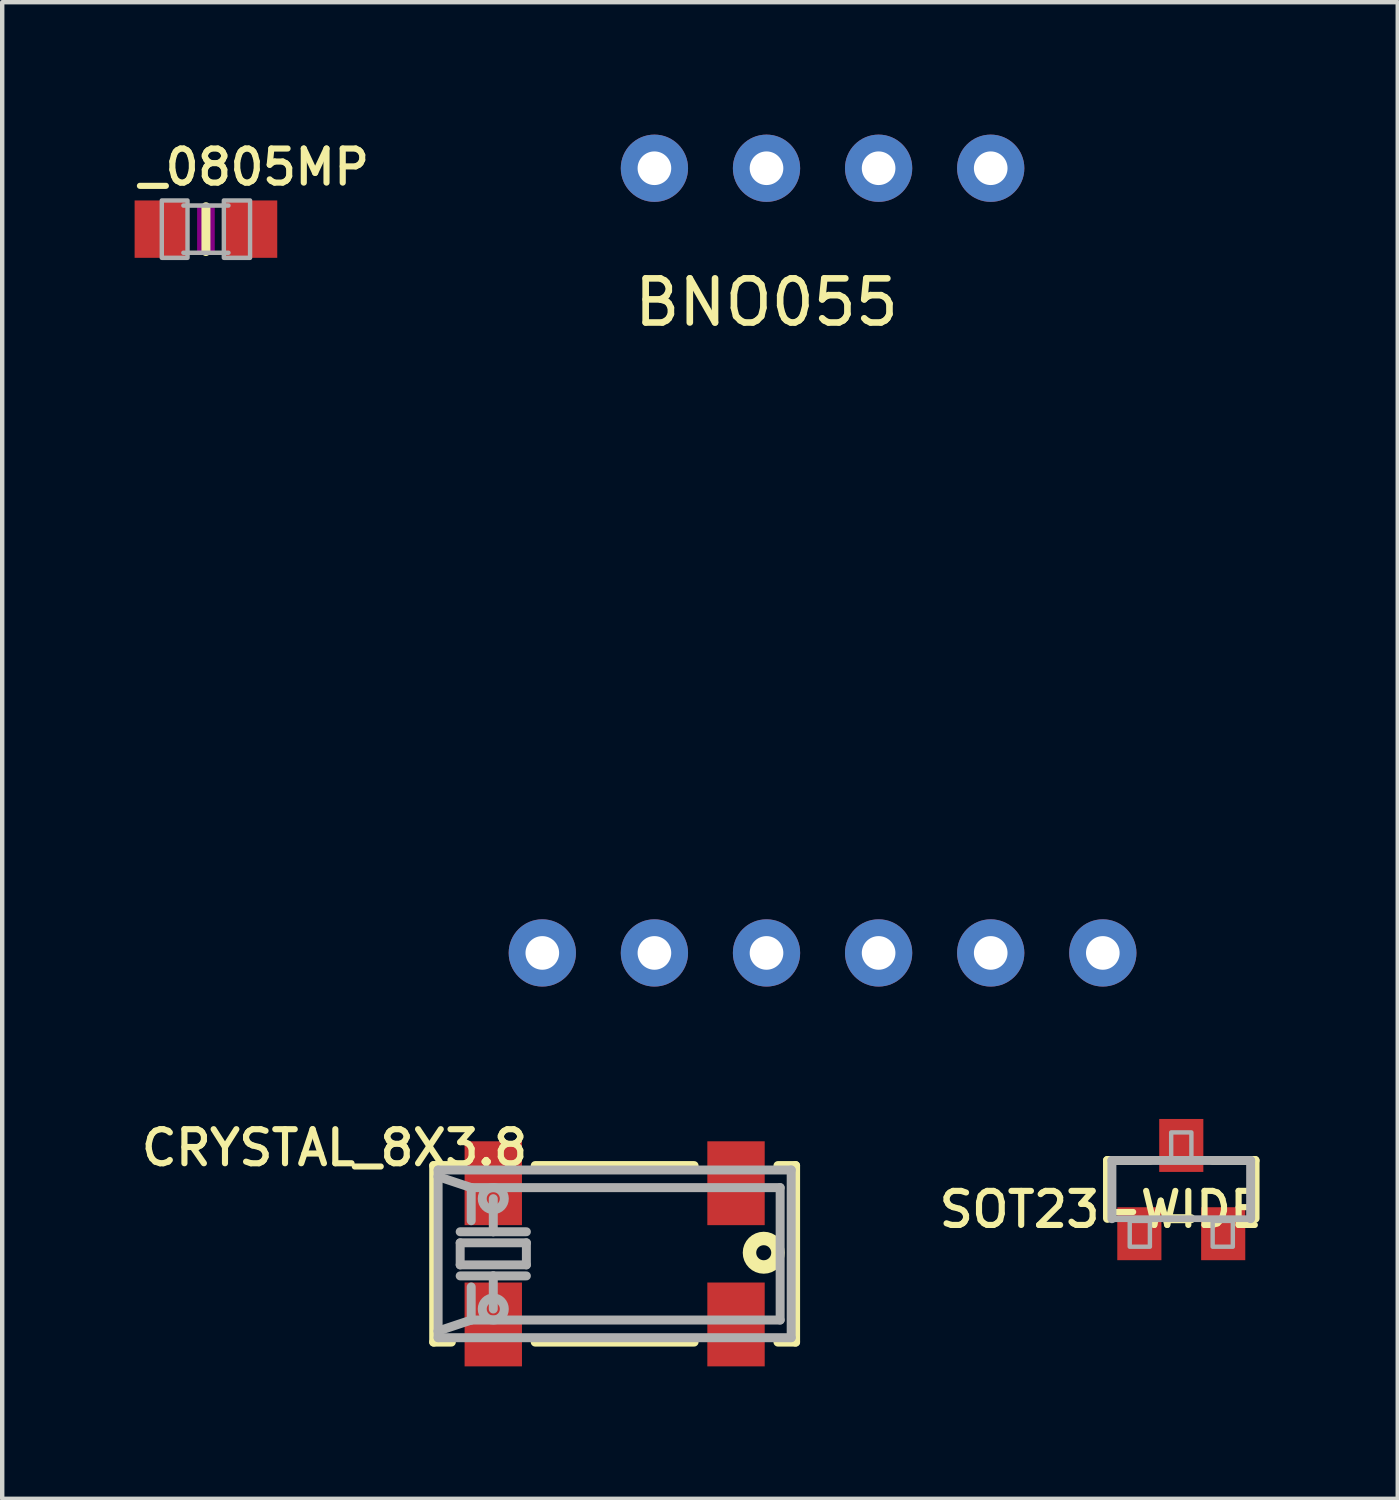
<source format=kicad_pcb>
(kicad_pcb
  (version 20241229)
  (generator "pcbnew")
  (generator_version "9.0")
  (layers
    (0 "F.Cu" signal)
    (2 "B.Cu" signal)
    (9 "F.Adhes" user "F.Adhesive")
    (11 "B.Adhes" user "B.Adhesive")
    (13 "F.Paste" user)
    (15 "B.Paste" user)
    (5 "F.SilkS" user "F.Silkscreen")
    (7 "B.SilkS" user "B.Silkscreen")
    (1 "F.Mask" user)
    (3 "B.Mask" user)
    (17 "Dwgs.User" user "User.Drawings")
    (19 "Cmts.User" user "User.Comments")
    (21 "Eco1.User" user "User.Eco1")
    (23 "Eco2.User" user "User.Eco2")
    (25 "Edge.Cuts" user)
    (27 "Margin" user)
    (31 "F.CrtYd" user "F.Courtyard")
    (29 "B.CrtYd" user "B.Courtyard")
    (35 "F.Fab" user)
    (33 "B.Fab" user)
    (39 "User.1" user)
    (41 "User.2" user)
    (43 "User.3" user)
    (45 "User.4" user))
  (footprint "_0805MP"
    (layer "F.Cu")
    (at 1.616 2.142)
    (property "Reference" "_0805MP" (at -1.587 -0.953 0) (layer "F.SilkS") (effects (font (size 0.772 0.772) (thickness 0.139)) (justify left bottom)))
    (attr through_hole)
    (fp_line (start 0 -0.508) (end 0 0.508) (stroke (width 0.203) (type solid)) (layer "F.SilkS"))
    (fp_poly (pts (xy -0.2 0.5) (xy 0.2 0.5) (xy 0.2 -0.5) (xy -0.2 -0.5)) (stroke (width 0) (type solid)) (fill yes) (layer "F.Adhes"))
    (fp_line (start -0.51 -0.535) (end 0.51 -0.535) (stroke (width 0.102) (type solid)) (layer "F.Fab"))
    (fp_line (start -0.51 0.535) (end 0.51 0.535) (stroke (width 0.102) (type solid)) (layer "F.Fab"))
    (fp_poly (pts (xy -1 0.65) (xy -0.417 0.65) (xy -0.417 -0.65) (xy -1 -0.65)) (stroke (width 0.1) (type solid)) (fill no) (layer "F.Fab"))
    (fp_poly (pts (xy 0.406 0.65) (xy 1 0.65) (xy 1 -0.65) (xy 0.406 -0.65)) (stroke (width 0.1) (type solid)) (fill no) (layer "F.Fab"))
    (pad "1" smd rect (at -1.016 0) (size 1.2 1.3) (layers "F.Cu" "F.Mask" "F.Paste"))
    (pad "2" smd rect (at 1.016 0) (size 1.2 1.3) (layers "F.Cu" "F.Mask" "F.Paste")))
  (footprint "SOT23-WIDE"
    (layer "F.Cu")
    (at 23.716 23.904)
    (property "Reference" "SOT23-WIDE" (at 1.905 0 180) (layer "F.SilkS") (effects (font (size 0.772 0.772) (thickness 0.139)) (justify right top)))
    (attr through_hole)
    (fp_line (start -1.672 -0.66) (end -0.714 -0.66) (stroke (width 0.203) (type solid)) (layer "F.SilkS"))
    (fp_line (start -1.672 0.652) (end -1.672 -0.66) (stroke (width 0.203) (type solid)) (layer "F.SilkS"))
    (fp_line (start 0.222 0.66) (end -0.236 0.66) (stroke (width 0.203) (type solid)) (layer "F.SilkS"))
    (fp_line (start 0.714 -0.66) (end 1.672 -0.66) (stroke (width 0.203) (type solid)) (layer "F.SilkS"))
    (fp_line (start 1.672 -0.66) (end 1.672 0.652) (stroke (width 0.203) (type solid)) (layer "F.SilkS"))
    (fp_line (start -1.572 -0.66) (end 1.572 -0.66) (stroke (width 0.203) (type solid)) (layer "F.Fab"))
    (fp_line (start -1.572 0.66) (end -1.572 -0.66) (stroke (width 0.203) (type solid)) (layer "F.Fab"))
    (fp_line (start 1.572 -0.66) (end 1.572 0.66) (stroke (width 0.203) (type solid)) (layer "F.Fab"))
    (fp_line (start 1.572 0.66) (end -1.572 0.66) (stroke (width 0.152) (type solid)) (layer "F.Fab"))
    (fp_poly (pts (xy -1.168 1.295) (xy -0.711 1.295) (xy -0.711 0.711) (xy -1.168 0.711)) (stroke (width 0.1) (type solid)) (fill no) (layer "F.Fab"))
    (fp_poly (pts (xy -0.229 -0.711) (xy 0.229 -0.711) (xy 0.229 -1.295) (xy -0.229 -1.295)) (stroke (width 0.1) (type solid)) (fill no) (layer "F.Fab"))
    (fp_poly (pts (xy 0.711 1.295) (xy 1.168 1.295) (xy 1.168 0.711) (xy 0.711 0.711)) (stroke (width 0.1) (type solid)) (fill no) (layer "F.Fab"))
    (pad "1" smd rect (at -0.95 1) (size 1 1.2) (layers "F.Cu" "F.Mask" "F.Paste"))
    (pad "2" smd rect (at 0.95 1) (size 1 1.2) (layers "F.Cu" "F.Mask" "F.Paste"))
    (pad "3" smd rect (at 0 -1) (size 1 1.2) (layers "F.Cu" "F.Mask" "F.Paste")))
  (footprint "BNO055"
    (layer "F.Cu")
    (at 14.318 3.302)
    (property "Reference" "BNO055" (at 0 0.5 0) (layer "F.SilkS") (effects (font (size 1 1) (thickness 0.15))))
    (attr through_hole)
    (pad "1" thru_hole circle (at 7.62 15.24) (size 1.524 1.524) (drill 0.762) (layers "*.Cu" "*.Mask"))
    (pad "2" thru_hole circle (at 5.08 15.24) (size 1.524 1.524) (drill 0.762) (layers "*.Cu" "*.Mask"))
    (pad "3" thru_hole circle (at 2.54 15.24) (size 1.524 1.524) (drill 0.762) (layers "*.Cu" "*.Mask"))
    (pad "4" thru_hole circle (at 0 15.24) (size 1.524 1.524) (drill 0.762) (layers "*.Cu" "*.Mask"))
    (pad "5" thru_hole circle (at -2.54 15.24) (size 1.524 1.524) (drill 0.762) (layers "*.Cu" "*.Mask"))
    (pad "6" thru_hole circle (at -5.08 15.24) (size 1.524 1.524) (drill 0.762) (layers "*.Cu" "*.Mask"))
    (pad "7" thru_hole circle (at -2.54 -2.54) (size 1.524 1.524) (drill 0.762) (layers "*.Cu" "*.Mask"))
    (pad "8" thru_hole circle (at 0 -2.54) (size 1.524 1.524) (drill 0.762) (layers "*.Cu" "*.Mask"))
    (pad "9" thru_hole circle (at 2.54 -2.54) (size 1.524 1.524) (drill 0.762) (layers "*.Cu" "*.Mask"))
    (pad "10" thru_hole circle (at 5.08 -2.54) (size 1.524 1.524) (drill 0.762) (layers "*.Cu" "*.Mask")))
  (footprint "CRYSTAL_8X3.8"
    (layer "F.Cu")
    (at 10.877 25.36)
    (property "Reference" "CRYSTAL_8X3.8" (at -1.9 -2.854 180) (layer "F.SilkS") (effects (font (size 0.772 0.772) (thickness 0.139)) (justify right top)))
    (attr through_hole)
    (fp_line (start -4.1 -2) (end -4.1 2) (stroke (width 0.203) (type solid)) (layer "F.SilkS"))
    (fp_line (start -4.1 2) (end -3.7 2) (stroke (width 0.203) (type solid)) (layer "F.SilkS"))
    (fp_line (start -3.7 -2) (end -4.1 -2) (stroke (width 0.203) (type solid)) (layer "F.SilkS"))
    (fp_line (start -1.8 -2) (end 1.8 -2) (stroke (width 0.203) (type solid)) (layer "F.SilkS"))
    (fp_line (start -1.8 2) (end 1.8 2) (stroke (width 0.203) (type solid)) (layer "F.SilkS"))
    (fp_line (start 3.7 -2) (end 4.1 -2) (stroke (width 0.203) (type solid)) (layer "F.SilkS"))
    (fp_line (start 4.1 -2) (end 4.1 2) (stroke (width 0.203) (type solid)) (layer "F.SilkS"))
    (fp_line (start 4.1 2) (end 3.7 2) (stroke (width 0.203) (type solid)) (layer "F.SilkS"))
    (fp_circle (center 3.378 -0.025) (end 3.701 -0.025) (stroke (width 0.305) (type solid)) (fill no) (layer "F.SilkS"))
    (fp_line (start -4 -1.9) (end 4 -1.9) (stroke (width 0.203) (type solid)) (layer "F.Fab"))
    (fp_line (start -4 -1.75) (end -4 -1.9) (stroke (width 0.203) (type solid)) (layer "F.Fab"))
    (fp_line (start -4 -1.75) (end -3.25 -1.5) (stroke (width 0.203) (type solid)) (layer "F.Fab"))
    (fp_line (start -4 1.75) (end -4 -1.75) (stroke (width 0.203) (type solid)) (layer "F.Fab"))
    (fp_line (start -4 1.75) (end -3.25 1.5) (stroke (width 0.203) (type solid)) (layer "F.Fab"))
    (fp_line (start -4 1.9) (end -4 1.75) (stroke (width 0.203) (type solid)) (layer "F.Fab"))
    (fp_line (start -3.5 -0.5) (end -2.75 -0.5) (stroke (width 0.203) (type solid)) (layer "F.Fab"))
    (fp_line (start -3.5 -0.25) (end -2 -0.25) (stroke (width 0.203) (type solid)) (layer "F.Fab"))
    (fp_line (start -3.5 0.25) (end -3.5 -0.25) (stroke (width 0.203) (type solid)) (layer "F.Fab"))
    (fp_line (start -3.5 0.5) (end -2.75 0.5) (stroke (width 0.203) (type solid)) (layer "F.Fab"))
    (fp_line (start -3.25 -1.5) (end -3.25 -0.75) (stroke (width 0.203) (type solid)) (layer "F.Fab"))
    (fp_line (start -3.25 -1.5) (end 3.75 -1.5) (stroke (width 0.203) (type solid)) (layer "F.Fab"))
    (fp_line (start -3.25 1.5) (end -3.25 0.75) (stroke (width 0.203) (type solid)) (layer "F.Fab"))
    (fp_line (start -2.75 -0.5) (end -2.75 -1.25) (stroke (width 0.203) (type solid)) (layer "F.Fab"))
    (fp_line (start -2.75 -0.5) (end -2 -0.5) (stroke (width 0.203) (type solid)) (layer "F.Fab"))
    (fp_line (start -2.75 0.5) (end -2.75 1.25) (stroke (width 0.203) (type solid)) (layer "F.Fab"))
    (fp_line (start -2.75 0.5) (end -2 0.5) (stroke (width 0.203) (type solid)) (layer "F.Fab"))
    (fp_line (start -2 -0.25) (end -2 0.25) (stroke (width 0.203) (type solid)) (layer "F.Fab"))
    (fp_line (start -2 0.25) (end -3.5 0.25) (stroke (width 0.203) (type solid)) (layer "F.Fab"))
    (fp_line (start 3.75 -1.5) (end 3.75 1.5) (stroke (width 0.203) (type solid)) (layer "F.Fab"))
    (fp_line (start 3.75 1.5) (end -3.25 1.5) (stroke (width 0.203) (type solid)) (layer "F.Fab"))
    (fp_line (start 4 -1.9) (end 4 1.9) (stroke (width 0.203) (type solid)) (layer "F.Fab"))
    (fp_line (start 4 1.9) (end -4 1.9) (stroke (width 0.203) (type solid)) (layer "F.Fab"))
    (fp_circle (center -2.75 -1.25) (end -2.5 -1.25) (stroke (width 0.203) (type solid)) (fill no) (layer "F.Fab"))
    (fp_circle (center -2.75 1.25) (end -2.5 1.25) (stroke (width 0.203) (type solid)) (fill no) (layer "F.Fab"))
    (pad "P$1" smd rect (at -2.75 1.6) (size 1.3 1.9) (layers "F.Cu" "F.Mask" "F.Paste"))
    (pad "P$2" smd rect (at 2.75 1.6) (size 1.3 1.9) (layers "F.Cu" "F.Mask" "F.Paste"))
    (pad "P$3" smd rect (at 2.75 -1.6) (size 1.3 1.9) (layers "F.Cu" "F.Mask" "F.Paste"))
    (pad "P$4" smd rect (at -2.75 -1.6) (size 1.3 1.9) (layers "F.Cu" "F.Mask" "F.Paste")))
  (gr_rect
    (start -3 -3)
    (end 28.621 30.91)
    (stroke (width 0.1) (type default))
    (fill no)
    (layer "Edge.Cuts")))
</source>
